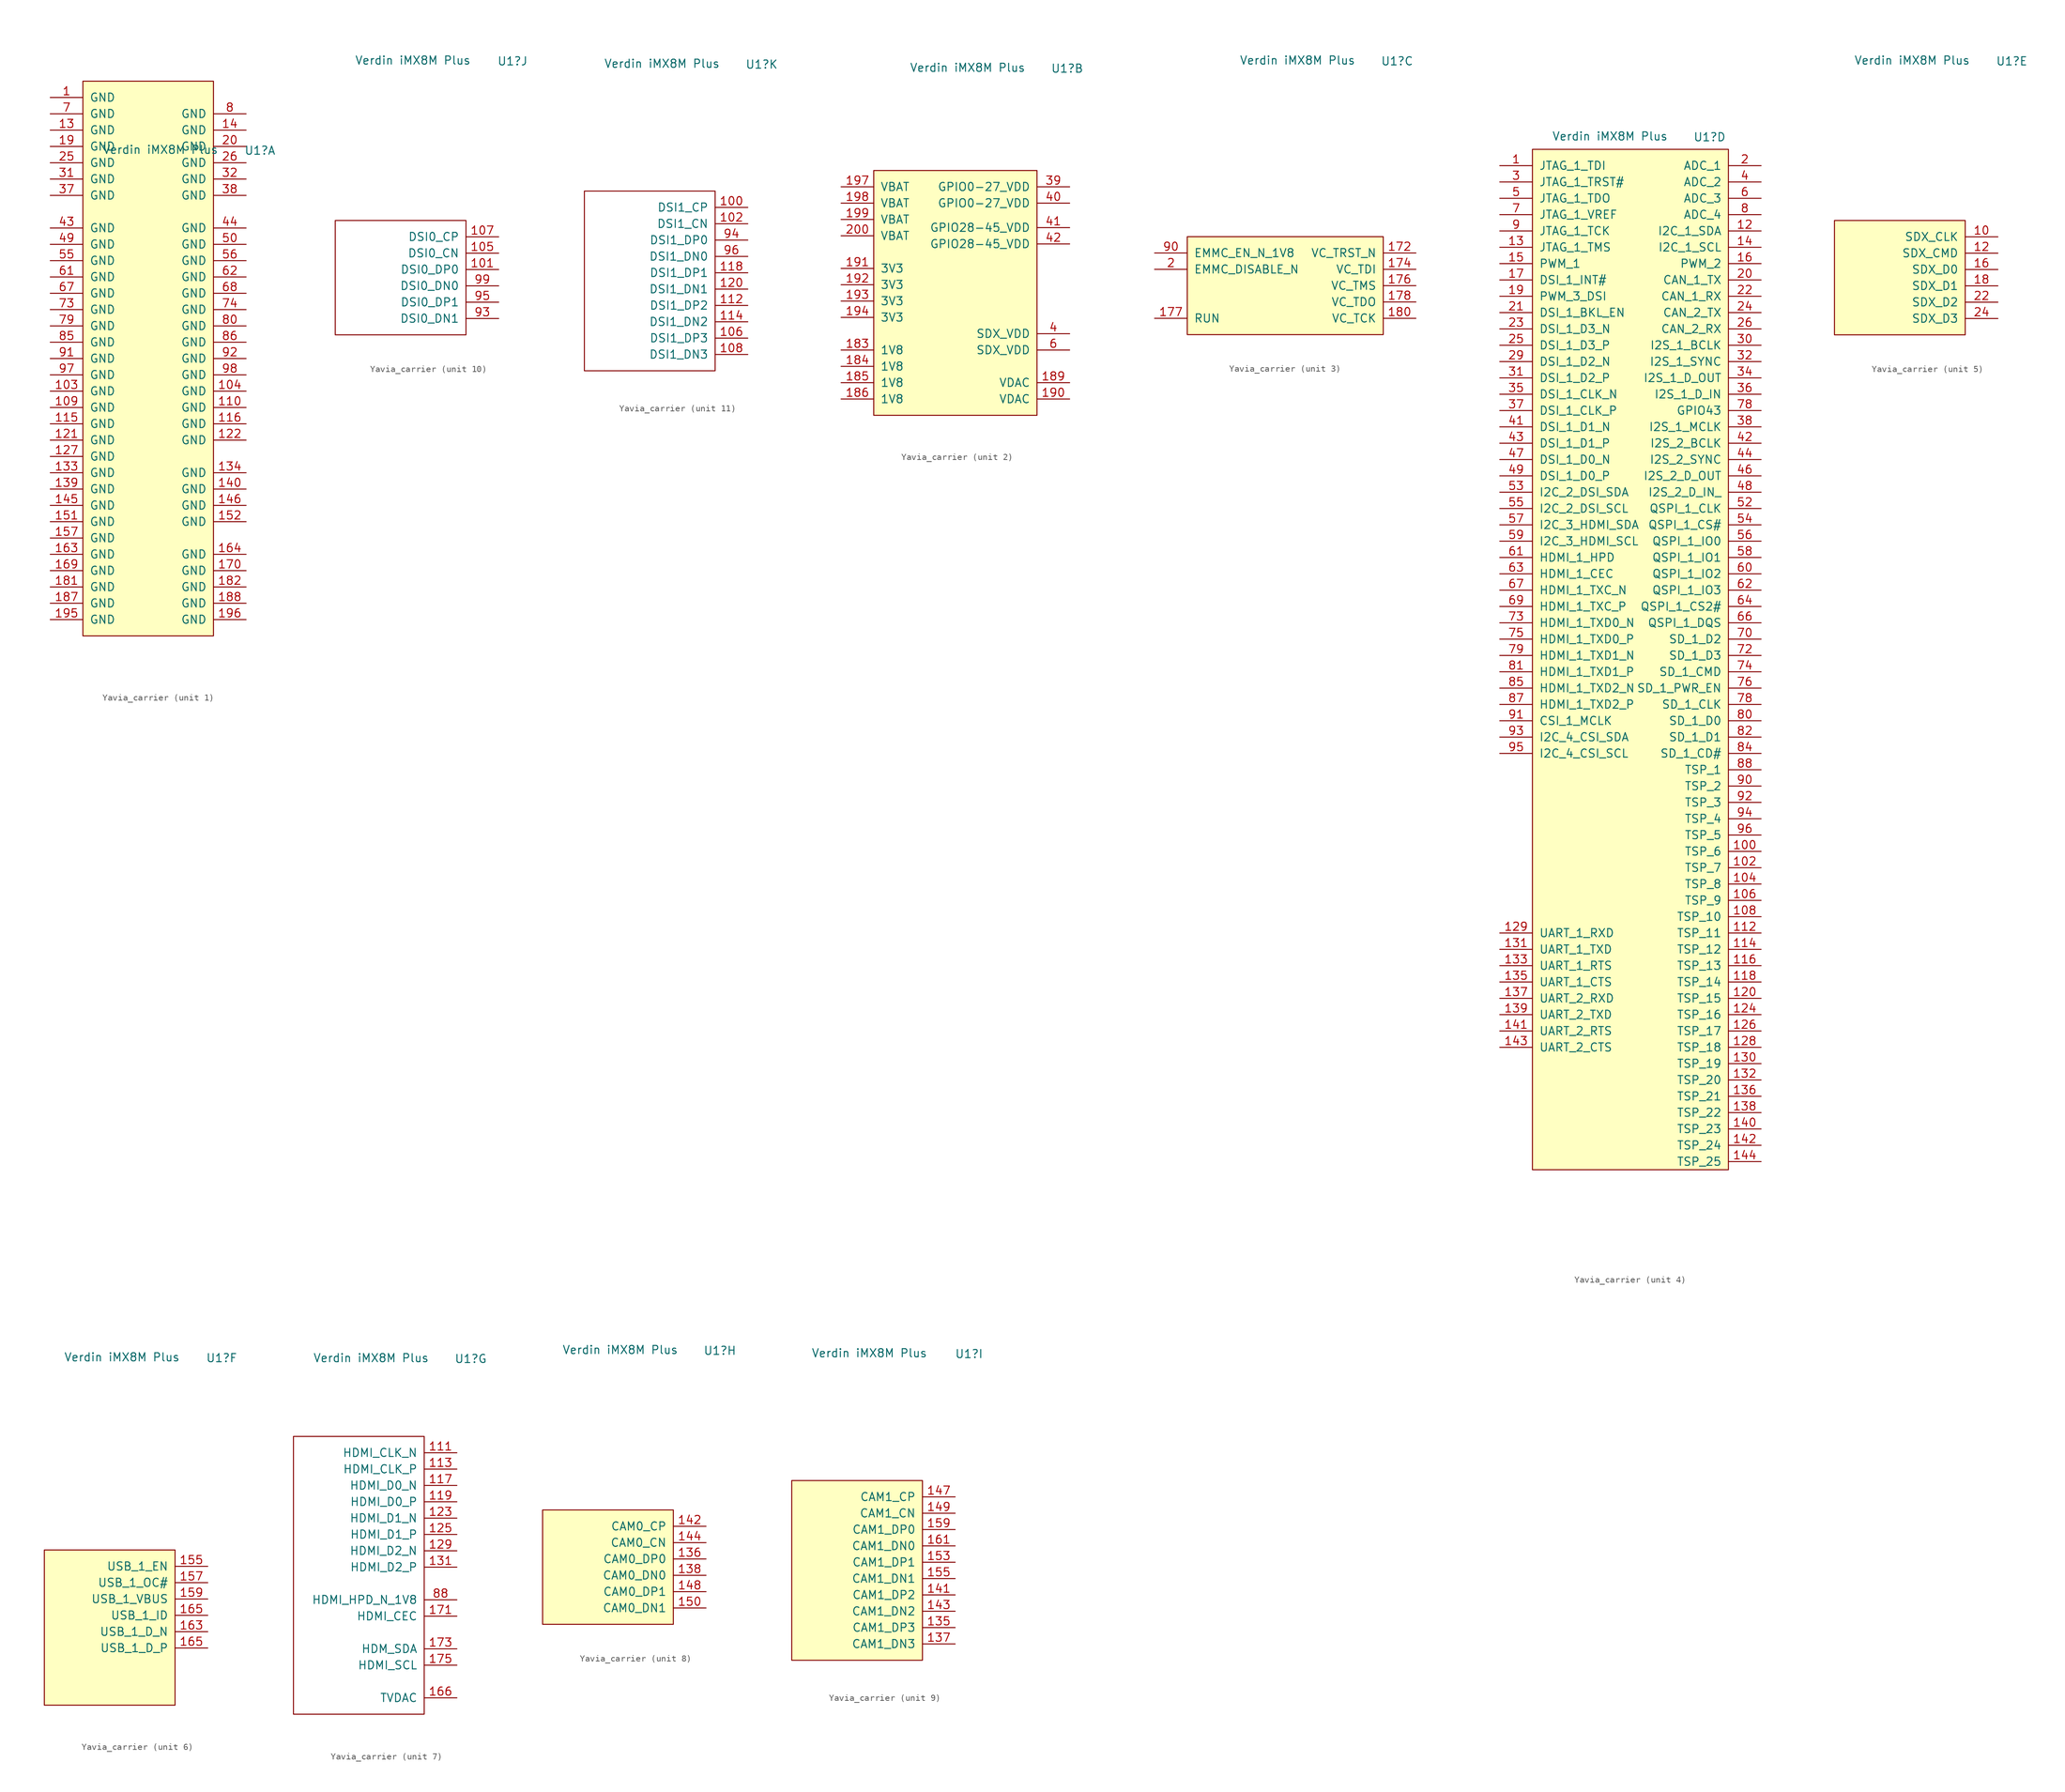
<source format=kicad_sym>
(kicad_symbol_lib
  (version 20220914)
  (generator kicad_symbol_editor)
  (symbol "Yavia_carrier"
    (pin_names
      (offset 1.016))
    (property "Reference" "U1"
      (at 17.399 34.925 0)
      (effects (font (size 1.27 1.27))))
    (property "Value" "Verdin iMX8M Plus"
      (at 1.905 35.052 0)
      (effects (font (size 1.27 1.27))))
    (property "ki_locked" ""
      (at 0 0 0)
      (effects (font (size 1.27 1.27))))
    (symbol "Yavia_carrier_1_1"
      (rectangle (start -10.16 45.72) (end 10.16 -40.64) (stroke (width 0) (type default)) (fill (type background)))
      (pin power_in line (at -15.24 43.18 0) (length 5.08) (name "GND" (effects (font (size 1.27 1.27)))) (number "1" (effects (font (size 1.27 1.27)))))
      (pin power_in line (at -15.24 -2.54 0) (length 5.08) (name "GND" (effects (font (size 1.27 1.27)))) (number "103" (effects (font (size 1.27 1.27)))))
      (pin power_in line (at 15.24 -2.54 180) (length 5.08) (name "GND" (effects (font (size 1.27 1.27)))) (number "104" (effects (font (size 1.27 1.27)))))
      (pin power_in line (at -15.24 -5.08 0) (length 5.08) (name "GND" (effects (font (size 1.27 1.27)))) (number "109" (effects (font (size 1.27 1.27)))))
      (pin power_in line (at 15.24 -5.08 180) (length 5.08) (name "GND" (effects (font (size 1.27 1.27)))) (number "110" (effects (font (size 1.27 1.27)))))
      (pin power_in line (at -15.24 -7.62 0) (length 5.08) (name "GND" (effects (font (size 1.27 1.27)))) (number "115" (effects (font (size 1.27 1.27)))))
      (pin power_in line (at 15.24 -7.62 180) (length 5.08) (name "GND" (effects (font (size 1.27 1.27)))) (number "116" (effects (font (size 1.27 1.27)))))
      (pin power_in line (at -15.24 -10.16 0) (length 5.08) (name "GND" (effects (font (size 1.27 1.27)))) (number "121" (effects (font (size 1.27 1.27)))))
      (pin power_in line (at 15.24 -10.16 180) (length 5.08) (name "GND" (effects (font (size 1.27 1.27)))) (number "122" (effects (font (size 1.27 1.27)))))
      (pin power_in line (at -15.24 -12.7 0) (length 5.08) (name "GND" (effects (font (size 1.27 1.27)))) (number "127" (effects (font (size 1.27 1.27)))))
      (pin power_in line (at -15.24 38.1 0) (length 5.08) (name "GND" (effects (font (size 1.27 1.27)))) (number "13" (effects (font (size 1.27 1.27)))))
      (pin power_in line (at -15.24 -15.24 0) (length 5.08) (name "GND" (effects (font (size 1.27 1.27)))) (number "133" (effects (font (size 1.27 1.27)))))
      (pin power_in line (at 15.24 -15.24 180) (length 5.08) (name "GND" (effects (font (size 1.27 1.27)))) (number "134" (effects (font (size 1.27 1.27)))))
      (pin power_in line (at -15.24 -17.78 0) (length 5.08) (name "GND" (effects (font (size 1.27 1.27)))) (number "139" (effects (font (size 1.27 1.27)))))
      (pin power_in line (at 15.24 38.1 180) (length 5.08) (name "GND" (effects (font (size 1.27 1.27)))) (number "14" (effects (font (size 1.27 1.27)))))
      (pin power_in line (at 15.24 -17.78 180) (length 5.08) (name "GND" (effects (font (size 1.27 1.27)))) (number "140" (effects (font (size 1.27 1.27)))))
      (pin power_in line (at -15.24 -20.32 0) (length 5.08) (name "GND" (effects (font (size 1.27 1.27)))) (number "145" (effects (font (size 1.27 1.27)))))
      (pin power_in line (at 15.24 -20.32 180) (length 5.08) (name "GND" (effects (font (size 1.27 1.27)))) (number "146" (effects (font (size 1.27 1.27)))))
      (pin power_in line (at -15.24 -22.86 0) (length 5.08) (name "GND" (effects (font (size 1.27 1.27)))) (number "151" (effects (font (size 1.27 1.27)))))
      (pin power_in line (at 15.24 -22.86 180) (length 5.08) (name "GND" (effects (font (size 1.27 1.27)))) (number "152" (effects (font (size 1.27 1.27)))))
      (pin power_in line (at -15.24 -25.4 0) (length 5.08) (name "GND" (effects (font (size 1.27 1.27)))) (number "157" (effects (font (size 1.27 1.27)))))
      (pin power_in line (at -15.24 -27.94 0) (length 5.08) (name "GND" (effects (font (size 1.27 1.27)))) (number "163" (effects (font (size 1.27 1.27)))))
      (pin power_in line (at 15.24 -27.94 180) (length 5.08) (name "GND" (effects (font (size 1.27 1.27)))) (number "164" (effects (font (size 1.27 1.27)))))
      (pin power_in line (at -15.24 -30.48 0) (length 5.08) (name "GND" (effects (font (size 1.27 1.27)))) (number "169" (effects (font (size 1.27 1.27)))))
      (pin power_in line (at 15.24 -30.48 180) (length 5.08) (name "GND" (effects (font (size 1.27 1.27)))) (number "170" (effects (font (size 1.27 1.27)))))
      (pin power_in line (at -15.24 -33.02 0) (length 5.08) (name "GND" (effects (font (size 1.27 1.27)))) (number "181" (effects (font (size 1.27 1.27)))))
      (pin power_in line (at 15.24 -33.02 180) (length 5.08) (name "GND" (effects (font (size 1.27 1.27)))) (number "182" (effects (font (size 1.27 1.27)))))
      (pin power_in line (at -15.24 -35.56 0) (length 5.08) (name "GND" (effects (font (size 1.27 1.27)))) (number "187" (effects (font (size 1.27 1.27)))))
      (pin power_in line (at 15.24 -35.56 180) (length 5.08) (name "GND" (effects (font (size 1.27 1.27)))) (number "188" (effects (font (size 1.27 1.27)))))
      (pin power_in line (at -15.24 35.56 0) (length 5.08) (name "GND" (effects (font (size 1.27 1.27)))) (number "19" (effects (font (size 1.27 1.27)))))
      (pin power_in line (at -15.24 -38.1 0) (length 5.08) (name "GND" (effects (font (size 1.27 1.27)))) (number "195" (effects (font (size 1.27 1.27)))))
      (pin power_in line (at 15.24 -38.1 180) (length 5.08) (name "GND" (effects (font (size 1.27 1.27)))) (number "196" (effects (font (size 1.27 1.27)))))
      (pin power_in line (at 15.24 35.56 180) (length 5.08) (name "GND" (effects (font (size 1.27 1.27)))) (number "20" (effects (font (size 1.27 1.27)))))
      (pin power_in line (at -15.24 33.02 0) (length 5.08) (name "GND" (effects (font (size 1.27 1.27)))) (number "25" (effects (font (size 1.27 1.27)))))
      (pin power_in line (at 15.24 33.02 180) (length 5.08) (name "GND" (effects (font (size 1.27 1.27)))) (number "26" (effects (font (size 1.27 1.27)))))
      (pin power_in line (at -15.24 30.48 0) (length 5.08) (name "GND" (effects (font (size 1.27 1.27)))) (number "31" (effects (font (size 1.27 1.27)))))
      (pin power_in line (at 15.24 30.48 180) (length 5.08) (name "GND" (effects (font (size 1.27 1.27)))) (number "32" (effects (font (size 1.27 1.27)))))
      (pin power_in line (at -15.24 27.94 0) (length 5.08) (name "GND" (effects (font (size 1.27 1.27)))) (number "37" (effects (font (size 1.27 1.27)))))
      (pin power_in line (at 15.24 27.94 180) (length 5.08) (name "GND" (effects (font (size 1.27 1.27)))) (number "38" (effects (font (size 1.27 1.27)))))
      (pin power_in line (at -15.24 22.86 0) (length 5.08) (name "GND" (effects (font (size 1.27 1.27)))) (number "43" (effects (font (size 1.27 1.27)))))
      (pin power_in line (at 15.24 22.86 180) (length 5.08) (name "GND" (effects (font (size 1.27 1.27)))) (number "44" (effects (font (size 1.27 1.27)))))
      (pin power_in line (at -15.24 20.32 0) (length 5.08) (name "GND" (effects (font (size 1.27 1.27)))) (number "49" (effects (font (size 1.27 1.27)))))
      (pin power_in line (at 15.24 20.32 180) (length 5.08) (name "GND" (effects (font (size 1.27 1.27)))) (number "50" (effects (font (size 1.27 1.27)))))
      (pin power_in line (at -15.24 17.78 0) (length 5.08) (name "GND" (effects (font (size 1.27 1.27)))) (number "55" (effects (font (size 1.27 1.27)))))
      (pin power_in line (at 15.24 17.78 180) (length 5.08) (name "GND" (effects (font (size 1.27 1.27)))) (number "56" (effects (font (size 1.27 1.27)))))
      (pin power_in line (at -15.24 15.24 0) (length 5.08) (name "GND" (effects (font (size 1.27 1.27)))) (number "61" (effects (font (size 1.27 1.27)))))
      (pin power_in line (at 15.24 15.24 180) (length 5.08) (name "GND" (effects (font (size 1.27 1.27)))) (number "62" (effects (font (size 1.27 1.27)))))
      (pin power_in line (at -15.24 12.7 0) (length 5.08) (name "GND" (effects (font (size 1.27 1.27)))) (number "67" (effects (font (size 1.27 1.27)))))
      (pin power_in line (at 15.24 12.7 180) (length 5.08) (name "GND" (effects (font (size 1.27 1.27)))) (number "68" (effects (font (size 1.27 1.27)))))
      (pin power_in line (at -15.24 40.64 0) (length 5.08) (name "GND" (effects (font (size 1.27 1.27)))) (number "7" (effects (font (size 1.27 1.27)))))
      (pin power_in line (at -15.24 10.16 0) (length 5.08) (name "GND" (effects (font (size 1.27 1.27)))) (number "73" (effects (font (size 1.27 1.27)))))
      (pin power_in line (at 15.24 10.16 180) (length 5.08) (name "GND" (effects (font (size 1.27 1.27)))) (number "74" (effects (font (size 1.27 1.27)))))
      (pin power_in line (at -15.24 7.62 0) (length 5.08) (name "GND" (effects (font (size 1.27 1.27)))) (number "79" (effects (font (size 1.27 1.27)))))
      (pin power_in line (at 15.24 40.64 180) (length 5.08) (name "GND" (effects (font (size 1.27 1.27)))) (number "8" (effects (font (size 1.27 1.27)))))
      (pin power_in line (at 15.24 7.62 180) (length 5.08) (name "GND" (effects (font (size 1.27 1.27)))) (number "80" (effects (font (size 1.27 1.27)))))
      (pin power_in line (at -15.24 5.08 0) (length 5.08) (name "GND" (effects (font (size 1.27 1.27)))) (number "85" (effects (font (size 1.27 1.27)))))
      (pin power_in line (at 15.24 5.08 180) (length 5.08) (name "GND" (effects (font (size 1.27 1.27)))) (number "86" (effects (font (size 1.27 1.27)))))
      (pin power_in line (at -15.24 2.54 0) (length 5.08) (name "GND" (effects (font (size 1.27 1.27)))) (number "91" (effects (font (size 1.27 1.27)))))
      (pin power_in line (at 15.24 2.54 180) (length 5.08) (name "GND" (effects (font (size 1.27 1.27)))) (number "92" (effects (font (size 1.27 1.27)))))
      (pin power_in line (at -15.24 0 0) (length 5.08) (name "GND" (effects (font (size 1.27 1.27)))) (number "97" (effects (font (size 1.27 1.27)))))
      (pin power_in line (at 15.24 0 180) (length 5.08) (name "GND" (effects (font (size 1.27 1.27)))) (number "98" (effects (font (size 1.27 1.27))))))
    (symbol "Yavia_carrier_2_1"
      (rectangle (start -12.7 19.05) (end 12.7 -19.05) (stroke (width 0) (type default)) (fill (type background)))
      (pin power_in line (at -17.78 -8.89 0) (length 5.08) (name "1V8" (effects (font (size 1.27 1.27)))) (number "183" (effects (font (size 1.27 1.27)))))
      (pin power_in line (at -17.78 -11.43 0) (length 5.08) (name "1V8" (effects (font (size 1.27 1.27)))) (number "184" (effects (font (size 1.27 1.27)))))
      (pin power_in line (at -17.78 -13.97 0) (length 5.08) (name "1V8" (effects (font (size 1.27 1.27)))) (number "185" (effects (font (size 1.27 1.27)))))
      (pin power_in line (at -17.78 -16.51 0) (length 5.08) (name "1V8" (effects (font (size 1.27 1.27)))) (number "186" (effects (font (size 1.27 1.27)))))
      (pin power_in line (at 17.78 -13.97 180) (length 5.08) (name "VDAC" (effects (font (size 1.27 1.27)))) (number "189" (effects (font (size 1.27 1.27)))))
      (pin power_in line (at 17.78 -16.51 180) (length 5.08) (name "VDAC" (effects (font (size 1.27 1.27)))) (number "190" (effects (font (size 1.27 1.27)))))
      (pin power_in line (at -17.78 3.81 0) (length 5.08) (name "3V3" (effects (font (size 1.27 1.27)))) (number "191" (effects (font (size 1.27 1.27)))))
      (pin power_in line (at -17.78 1.27 0) (length 5.08) (name "3V3" (effects (font (size 1.27 1.27)))) (number "192" (effects (font (size 1.27 1.27)))))
      (pin power_in line (at -17.78 -1.27 0) (length 5.08) (name "3V3" (effects (font (size 1.27 1.27)))) (number "193" (effects (font (size 1.27 1.27)))))
      (pin power_in line (at -17.78 -3.81 0) (length 5.08) (name "3V3" (effects (font (size 1.27 1.27)))) (number "194" (effects (font (size 1.27 1.27)))))
      (pin power_in line (at -17.78 16.51 0) (length 5.08) (name "VBAT" (effects (font (size 1.27 1.27)))) (number "197" (effects (font (size 1.27 1.27)))))
      (pin power_in line (at -17.78 13.97 0) (length 5.08) (name "VBAT" (effects (font (size 1.27 1.27)))) (number "198" (effects (font (size 1.27 1.27)))))
      (pin power_in line (at -17.78 11.43 0) (length 5.08) (name "VBAT" (effects (font (size 1.27 1.27)))) (number "199" (effects (font (size 1.27 1.27)))))
      (pin power_in line (at -17.78 8.89 0) (length 5.08) (name "VBAT" (effects (font (size 1.27 1.27)))) (number "200" (effects (font (size 1.27 1.27)))))
      (pin power_in line (at 17.78 16.51 180) (length 5.08) (name "GPIO0-27_VDD" (effects (font (size 1.27 1.27)))) (number "39" (effects (font (size 1.27 1.27)))))
      (pin power_in line (at 17.78 -6.35 180) (length 5.08) (name "SDX_VDD" (effects (font (size 1.27 1.27)))) (number "4" (effects (font (size 1.27 1.27)))))
      (pin power_in line (at 17.78 13.97 180) (length 5.08) (name "GPIO0-27_VDD" (effects (font (size 1.27 1.27)))) (number "40" (effects (font (size 1.27 1.27)))))
      (pin power_in line (at 17.78 10.16 180) (length 5.08) (name "GPIO28-45_VDD" (effects (font (size 1.27 1.27)))) (number "41" (effects (font (size 1.27 1.27)))))
      (pin power_in line (at 17.78 7.62 180) (length 5.08) (name "GPIO28-45_VDD" (effects (font (size 1.27 1.27)))) (number "42" (effects (font (size 1.27 1.27)))))
      (pin power_in line (at 17.78 -8.89 180) (length 5.08) (name "SDX_VDD" (effects (font (size 1.27 1.27)))) (number "6" (effects (font (size 1.27 1.27))))))
    (symbol "Yavia_carrier_3_1"
      (rectangle (start -15.24 7.62) (end 15.24 -7.62) (stroke (width 0) (type default)) (fill (type background)))
      (pin input line (at 20.32 5.08 180) (length 5.08) (name "VC_TRST_N" (effects (font (size 1.27 1.27)))) (number "172" (effects (font (size 1.27 1.27)))))
      (pin input line (at 20.32 2.54 180) (length 5.08) (name "VC_TDI" (effects (font (size 1.27 1.27)))) (number "174" (effects (font (size 1.27 1.27)))))
      (pin input line (at 20.32 0 180) (length 5.08) (name "VC_TMS" (effects (font (size 1.27 1.27)))) (number "176" (effects (font (size 1.27 1.27)))))
      (pin input line (at -20.32 -5.08 0) (length 5.08) (name "RUN" (effects (font (size 1.27 1.27)))) (number "177" (effects (font (size 1.27 1.27)))))
      (pin output line (at 20.32 -2.54 180) (length 5.08) (name "VC_TDO" (effects (font (size 1.27 1.27)))) (number "178" (effects (font (size 1.27 1.27)))))
      (pin input line (at 20.32 -5.08 180) (length 5.08) (name "VC_TCK" (effects (font (size 1.27 1.27)))) (number "180" (effects (font (size 1.27 1.27)))))
      (pin input line (at -20.32 2.54 0) (length 5.08) (name "EMMC_DISABLE_N" (effects (font (size 1.27 1.27)))) (number "2" (effects (font (size 1.27 1.27)))))
      (pin output line (at -20.32 5.08 0) (length 5.08) (name "EMMC_EN_N_1V8" (effects (font (size 1.27 1.27)))) (number "90" (effects (font (size 1.27 1.27))))))
    (symbol "Yavia_carrier_4_1"
      (rectangle (start -10.16 33.02) (end 20.32 -125.73) (stroke (width 0) (type default)) (fill (type background)))
      (pin bidirectional line (at -15.24 30.48 0) (length 5.08) (name "JTAG_1_TDI" (effects (font (size 1.27 1.27)))) (number "1" (effects (font (size 1.27 1.27)))))
      (pin bidirectional line (at 25.4 -76.2 180) (length 5.08) (name "TSP_6" (effects (font (size 1.27 1.27)))) (number "100" (effects (font (size 1.27 1.27)))))
      (pin bidirectional line (at 25.4 -78.74 180) (length 5.08) (name "TSP_7" (effects (font (size 1.27 1.27)))) (number "102" (effects (font (size 1.27 1.27)))))
      (pin bidirectional line (at 25.4 -81.28 180) (length 5.08) (name "TSP_8" (effects (font (size 1.27 1.27)))) (number "104" (effects (font (size 1.27 1.27)))))
      (pin bidirectional line (at 25.4 -83.82 180) (length 5.08) (name "TSP_9" (effects (font (size 1.27 1.27)))) (number "106" (effects (font (size 1.27 1.27)))))
      (pin bidirectional line (at 25.4 -86.36 180) (length 5.08) (name "TSP_10" (effects (font (size 1.27 1.27)))) (number "108" (effects (font (size 1.27 1.27)))))
      (pin bidirectional line (at 25.4 -88.9 180) (length 5.08) (name "TSP_11" (effects (font (size 1.27 1.27)))) (number "112" (effects (font (size 1.27 1.27)))))
      (pin bidirectional line (at 25.4 -91.44 180) (length 5.08) (name "TSP_12" (effects (font (size 1.27 1.27)))) (number "114" (effects (font (size 1.27 1.27)))))
      (pin bidirectional line (at 25.4 -93.98 180) (length 5.08) (name "TSP_13" (effects (font (size 1.27 1.27)))) (number "116" (effects (font (size 1.27 1.27)))))
      (pin bidirectional line (at 25.4 -96.52 180) (length 5.08) (name "TSP_14" (effects (font (size 1.27 1.27)))) (number "118" (effects (font (size 1.27 1.27)))))
      (pin bidirectional line (at 25.4 20.32 180) (length 5.08) (name "I2C_1_SDA" (effects (font (size 1.27 1.27)))) (number "12" (effects (font (size 1.27 1.27)))))
      (pin bidirectional line (at 25.4 -99.06 180) (length 5.08) (name "TSP_15" (effects (font (size 1.27 1.27)))) (number "120" (effects (font (size 1.27 1.27)))))
      (pin bidirectional line (at 25.4 -101.6 180) (length 5.08) (name "TSP_16" (effects (font (size 1.27 1.27)))) (number "124" (effects (font (size 1.27 1.27)))))
      (pin bidirectional line (at 25.4 -104.14 180) (length 5.08) (name "TSP_17" (effects (font (size 1.27 1.27)))) (number "126" (effects (font (size 1.27 1.27)))))
      (pin bidirectional line (at 25.4 -106.68 180) (length 5.08) (name "TSP_18" (effects (font (size 1.27 1.27)))) (number "128" (effects (font (size 1.27 1.27)))))
      (pin bidirectional line (at -15.24 -88.9 0) (length 5.08) (name "UART_1_RXD" (effects (font (size 1.27 1.27)))) (number "129" (effects (font (size 1.27 1.27)))))
      (pin bidirectional line (at -15.24 17.78 0) (length 5.08) (name "JTAG_1_TMS" (effects (font (size 1.27 1.27)))) (number "13" (effects (font (size 1.27 1.27)))))
      (pin bidirectional line (at 25.4 -109.22 180) (length 5.08) (name "TSP_19" (effects (font (size 1.27 1.27)))) (number "130" (effects (font (size 1.27 1.27)))))
      (pin bidirectional line (at -15.24 -91.44 0) (length 5.08) (name "UART_1_TXD" (effects (font (size 1.27 1.27)))) (number "131" (effects (font (size 1.27 1.27)))))
      (pin bidirectional line (at 25.4 -111.76 180) (length 5.08) (name "TSP_20" (effects (font (size 1.27 1.27)))) (number "132" (effects (font (size 1.27 1.27)))))
      (pin bidirectional line (at -15.24 -93.98 0) (length 5.08) (name "UART_1_RTS" (effects (font (size 1.27 1.27)))) (number "133" (effects (font (size 1.27 1.27)))))
      (pin bidirectional line (at -15.24 -96.52 0) (length 5.08) (name "UART_1_CTS" (effects (font (size 1.27 1.27)))) (number "135" (effects (font (size 1.27 1.27)))))
      (pin bidirectional line (at 25.4 -114.3 180) (length 5.08) (name "TSP_21" (effects (font (size 1.27 1.27)))) (number "136" (effects (font (size 1.27 1.27)))))
      (pin bidirectional line (at -15.24 -99.06 0) (length 5.08) (name "UART_2_RXD" (effects (font (size 1.27 1.27)))) (number "137" (effects (font (size 1.27 1.27)))))
      (pin bidirectional line (at 25.4 -116.84 180) (length 5.08) (name "TSP_22" (effects (font (size 1.27 1.27)))) (number "138" (effects (font (size 1.27 1.27)))))
      (pin bidirectional line (at -15.24 -101.6 0) (length 5.08) (name "UART_2_TXD" (effects (font (size 1.27 1.27)))) (number "139" (effects (font (size 1.27 1.27)))))
      (pin bidirectional line (at 25.4 17.78 180) (length 5.08) (name "I2C_1_SCL" (effects (font (size 1.27 1.27)))) (number "14" (effects (font (size 1.27 1.27)))))
      (pin bidirectional line (at 25.4 -119.38 180) (length 5.08) (name "TSP_23" (effects (font (size 1.27 1.27)))) (number "140" (effects (font (size 1.27 1.27)))))
      (pin bidirectional line (at -15.24 -104.14 0) (length 5.08) (name "UART_2_RTS" (effects (font (size 1.27 1.27)))) (number "141" (effects (font (size 1.27 1.27)))))
      (pin bidirectional line (at 25.4 -121.92 180) (length 5.08) (name "TSP_24" (effects (font (size 1.27 1.27)))) (number "142" (effects (font (size 1.27 1.27)))))
      (pin bidirectional line (at -15.24 -106.68 0) (length 5.08) (name "UART_2_CTS" (effects (font (size 1.27 1.27)))) (number "143" (effects (font (size 1.27 1.27)))))
      (pin bidirectional line (at 25.4 -124.46 180) (length 5.08) (name "TSP_25" (effects (font (size 1.27 1.27)))) (number "144" (effects (font (size 1.27 1.27)))))
      (pin bidirectional line (at -15.24 15.24 0) (length 5.08) (name "PWM_1" (effects (font (size 1.27 1.27)))) (number "15" (effects (font (size 1.27 1.27)))))
      (pin bidirectional line (at 25.4 15.24 180) (length 5.08) (name "PWM_2" (effects (font (size 1.27 1.27)))) (number "16" (effects (font (size 1.27 1.27)))))
      (pin bidirectional line (at -15.24 12.7 0) (length 5.08) (name "DSI_1_INT#" (effects (font (size 1.27 1.27)))) (number "17" (effects (font (size 1.27 1.27)))))
      (pin bidirectional line (at -15.24 10.16 0) (length 5.08) (name "PWM_3_DSI" (effects (font (size 1.27 1.27)))) (number "19" (effects (font (size 1.27 1.27)))))
      (pin bidirectional line (at 25.4 30.48 180) (length 5.08) (name "ADC_1" (effects (font (size 1.27 1.27)))) (number "2" (effects (font (size 1.27 1.27)))))
      (pin bidirectional line (at 25.4 12.7 180) (length 5.08) (name "CAN_1_TX" (effects (font (size 1.27 1.27)))) (number "20" (effects (font (size 1.27 1.27)))))
      (pin bidirectional line (at -15.24 7.62 0) (length 5.08) (name "DSI_1_BKL_EN" (effects (font (size 1.27 1.27)))) (number "21" (effects (font (size 1.27 1.27)))))
      (pin bidirectional line (at 25.4 10.16 180) (length 5.08) (name "CAN_1_RX" (effects (font (size 1.27 1.27)))) (number "22" (effects (font (size 1.27 1.27)))))
      (pin bidirectional line (at -15.24 5.08 0) (length 5.08) (name "DSI_1_D3_N" (effects (font (size 1.27 1.27)))) (number "23" (effects (font (size 1.27 1.27)))))
      (pin bidirectional line (at 25.4 7.62 180) (length 5.08) (name "CAN_2_TX" (effects (font (size 1.27 1.27)))) (number "24" (effects (font (size 1.27 1.27)))))
      (pin bidirectional line (at -15.24 2.54 0) (length 5.08) (name "DSI_1_D3_P" (effects (font (size 1.27 1.27)))) (number "25" (effects (font (size 1.27 1.27)))))
      (pin bidirectional line (at 25.4 5.08 180) (length 5.08) (name "CAN_2_RX" (effects (font (size 1.27 1.27)))) (number "26" (effects (font (size 1.27 1.27)))))
      (pin bidirectional line (at -15.24 0 0) (length 5.08) (name "DSI_1_D2_N" (effects (font (size 1.27 1.27)))) (number "29" (effects (font (size 1.27 1.27)))))
      (pin bidirectional line (at -15.24 27.94 0) (length 5.08) (name "JTAG_1_TRST#" (effects (font (size 1.27 1.27)))) (number "3" (effects (font (size 1.27 1.27)))))
      (pin bidirectional line (at 25.4 2.54 180) (length 5.08) (name "I2S_1_BCLK" (effects (font (size 1.27 1.27)))) (number "30" (effects (font (size 1.27 1.27)))))
      (pin bidirectional line (at -15.24 -2.54 0) (length 5.08) (name "DSI_1_D2_P" (effects (font (size 1.27 1.27)))) (number "31" (effects (font (size 1.27 1.27)))))
      (pin bidirectional line (at 25.4 0 180) (length 5.08) (name "I2S_1_SYNC" (effects (font (size 1.27 1.27)))) (number "32" (effects (font (size 1.27 1.27)))))
      (pin bidirectional line (at 25.4 -2.54 180) (length 5.08) (name "I2S_1_D_OUT" (effects (font (size 1.27 1.27)))) (number "34" (effects (font (size 1.27 1.27)))))
      (pin bidirectional line (at -15.24 -5.08 0) (length 5.08) (name "DSI_1_CLK_N" (effects (font (size 1.27 1.27)))) (number "35" (effects (font (size 1.27 1.27)))))
      (pin bidirectional line (at 25.4 -5.08 180) (length 5.08) (name "I2S_1_D_IN" (effects (font (size 1.27 1.27)))) (number "36" (effects (font (size 1.27 1.27)))))
      (pin bidirectional line (at -15.24 -7.62 0) (length 5.08) (name "DSI_1_CLK_P" (effects (font (size 1.27 1.27)))) (number "37" (effects (font (size 1.27 1.27)))))
      (pin bidirectional line (at 25.4 -10.16 180) (length 5.08) (name "I2S_1_MCLK" (effects (font (size 1.27 1.27)))) (number "38" (effects (font (size 1.27 1.27)))))
      (pin bidirectional line (at 25.4 27.94 180) (length 5.08) (name "ADC_2" (effects (font (size 1.27 1.27)))) (number "4" (effects (font (size 1.27 1.27)))))
      (pin bidirectional line (at -15.24 -10.16 0) (length 5.08) (name "DSI_1_D1_N" (effects (font (size 1.27 1.27)))) (number "41" (effects (font (size 1.27 1.27)))))
      (pin bidirectional line (at 25.4 -12.7 180) (length 5.08) (name "I2S_2_BCLK" (effects (font (size 1.27 1.27)))) (number "42" (effects (font (size 1.27 1.27)))))
      (pin bidirectional line (at -15.24 -12.7 0) (length 5.08) (name "DSI_1_D1_P" (effects (font (size 1.27 1.27)))) (number "43" (effects (font (size 1.27 1.27)))))
      (pin bidirectional line (at 25.4 -15.24 180) (length 5.08) (name "I2S_2_SYNC" (effects (font (size 1.27 1.27)))) (number "44" (effects (font (size 1.27 1.27)))))
      (pin bidirectional line (at 25.4 -17.78 180) (length 5.08) (name "I2S_2_D_OUT" (effects (font (size 1.27 1.27)))) (number "46" (effects (font (size 1.27 1.27)))))
      (pin bidirectional line (at -15.24 -15.24 0) (length 5.08) (name "DSI_1_D0_N" (effects (font (size 1.27 1.27)))) (number "47" (effects (font (size 1.27 1.27)))))
      (pin bidirectional line (at 25.4 -20.32 180) (length 5.08) (name "I2S_2_D_IN_" (effects (font (size 1.27 1.27)))) (number "48" (effects (font (size 1.27 1.27)))))
      (pin bidirectional line (at -15.24 -17.78 0) (length 5.08) (name "DSI_1_D0_P" (effects (font (size 1.27 1.27)))) (number "49" (effects (font (size 1.27 1.27)))))
      (pin bidirectional line (at -15.24 25.4 0) (length 5.08) (name "JTAG_1_TDO" (effects (font (size 1.27 1.27)))) (number "5" (effects (font (size 1.27 1.27)))))
      (pin bidirectional line (at 25.4 -22.86 180) (length 5.08) (name "QSPI_1_CLK" (effects (font (size 1.27 1.27)))) (number "52" (effects (font (size 1.27 1.27)))))
      (pin bidirectional line (at -15.24 -20.32 0) (length 5.08) (name "I2C_2_DSI_SDA" (effects (font (size 1.27 1.27)))) (number "53" (effects (font (size 1.27 1.27)))))
      (pin bidirectional line (at 25.4 -25.4 180) (length 5.08) (name "QSPI_1_CS#" (effects (font (size 1.27 1.27)))) (number "54" (effects (font (size 1.27 1.27)))))
      (pin bidirectional line (at -15.24 -22.86 0) (length 5.08) (name "I2C_2_DSI_SCL" (effects (font (size 1.27 1.27)))) (number "55" (effects (font (size 1.27 1.27)))))
      (pin bidirectional line (at 25.4 -27.94 180) (length 5.08) (name "QSPI_1_IO0" (effects (font (size 1.27 1.27)))) (number "56" (effects (font (size 1.27 1.27)))))
      (pin bidirectional line (at -15.24 -25.4 0) (length 5.08) (name "I2C_3_HDMI_SDA" (effects (font (size 1.27 1.27)))) (number "57" (effects (font (size 1.27 1.27)))))
      (pin bidirectional line (at 25.4 -30.48 180) (length 5.08) (name "QSPI_1_IO1" (effects (font (size 1.27 1.27)))) (number "58" (effects (font (size 1.27 1.27)))))
      (pin bidirectional line (at -15.24 -27.94 0) (length 5.08) (name "I2C_3_HDMI_SCL" (effects (font (size 1.27 1.27)))) (number "59" (effects (font (size 1.27 1.27)))))
      (pin bidirectional line (at 25.4 25.4 180) (length 5.08) (name "ADC_3" (effects (font (size 1.27 1.27)))) (number "6" (effects (font (size 1.27 1.27)))))
      (pin bidirectional line (at 25.4 -33.02 180) (length 5.08) (name "QSPI_1_IO2" (effects (font (size 1.27 1.27)))) (number "60" (effects (font (size 1.27 1.27)))))
      (pin bidirectional line (at -15.24 -30.48 0) (length 5.08) (name "HDMI_1_HPD" (effects (font (size 1.27 1.27)))) (number "61" (effects (font (size 1.27 1.27)))))
      (pin bidirectional line (at 25.4 -35.56 180) (length 5.08) (name "QSPI_1_IO3" (effects (font (size 1.27 1.27)))) (number "62" (effects (font (size 1.27 1.27)))))
      (pin bidirectional line (at -15.24 -33.02 0) (length 5.08) (name "HDMI_1_CEC" (effects (font (size 1.27 1.27)))) (number "63" (effects (font (size 1.27 1.27)))))
      (pin bidirectional line (at 25.4 -38.1 180) (length 5.08) (name "QSPI_1_CS2#" (effects (font (size 1.27 1.27)))) (number "64" (effects (font (size 1.27 1.27)))))
      (pin bidirectional line (at 25.4 -40.64 180) (length 5.08) (name "QSPI_1_DQS" (effects (font (size 1.27 1.27)))) (number "66" (effects (font (size 1.27 1.27)))))
      (pin bidirectional line (at -15.24 -35.56 0) (length 5.08) (name "HDMI_1_TXC_N" (effects (font (size 1.27 1.27)))) (number "67" (effects (font (size 1.27 1.27)))))
      (pin bidirectional line (at -15.24 -38.1 0) (length 5.08) (name "HDMI_1_TXC_P" (effects (font (size 1.27 1.27)))) (number "69" (effects (font (size 1.27 1.27)))))
      (pin bidirectional line (at -15.24 22.86 0) (length 5.08) (name "JTAG_1_VREF" (effects (font (size 1.27 1.27)))) (number "7" (effects (font (size 1.27 1.27)))))
      (pin bidirectional line (at 25.4 -43.18 180) (length 5.08) (name "SD_1_D2" (effects (font (size 1.27 1.27)))) (number "70" (effects (font (size 1.27 1.27)))))
      (pin bidirectional line (at 25.4 -45.72 180) (length 5.08) (name "SD_1_D3" (effects (font (size 1.27 1.27)))) (number "72" (effects (font (size 1.27 1.27)))))
      (pin bidirectional line (at -15.24 -40.64 0) (length 5.08) (name "HDMI_1_TXD0_N" (effects (font (size 1.27 1.27)))) (number "73" (effects (font (size 1.27 1.27)))))
      (pin bidirectional line (at 25.4 -48.26 180) (length 5.08) (name "SD_1_CMD" (effects (font (size 1.27 1.27)))) (number "74" (effects (font (size 1.27 1.27)))))
      (pin bidirectional line (at -15.24 -43.18 0) (length 5.08) (name "HDMI_1_TXD0_P" (effects (font (size 1.27 1.27)))) (number "75" (effects (font (size 1.27 1.27)))))
      (pin bidirectional line (at 25.4 -50.8 180) (length 5.08) (name "SD_1_PWR_EN" (effects (font (size 1.27 1.27)))) (number "76" (effects (font (size 1.27 1.27)))))
      (pin bidirectional line (at 25.4 -7.62 180) (length 5.08) (name "GPIO43" (effects (font (size 1.27 1.27)))) (number "78" (effects (font (size 1.27 1.27)))))
      (pin bidirectional line (at 25.4 -53.34 180) (length 5.08) (name "SD_1_CLK" (effects (font (size 1.27 1.27)))) (number "78" (effects (font (size 1.27 1.27)))))
      (pin bidirectional line (at -15.24 -45.72 0) (length 5.08) (name "HDMI_1_TXD1_N" (effects (font (size 1.27 1.27)))) (number "79" (effects (font (size 1.27 1.27)))))
      (pin bidirectional line (at 25.4 22.86 180) (length 5.08) (name "ADC_4" (effects (font (size 1.27 1.27)))) (number "8" (effects (font (size 1.27 1.27)))))
      (pin bidirectional line (at 25.4 -55.88 180) (length 5.08) (name "SD_1_D0" (effects (font (size 1.27 1.27)))) (number "80" (effects (font (size 1.27 1.27)))))
      (pin bidirectional line (at -15.24 -48.26 0) (length 5.08) (name "HDMI_1_TXD1_P" (effects (font (size 1.27 1.27)))) (number "81" (effects (font (size 1.27 1.27)))))
      (pin bidirectional line (at 25.4 -58.42 180) (length 5.08) (name "SD_1_D1" (effects (font (size 1.27 1.27)))) (number "82" (effects (font (size 1.27 1.27)))))
      (pin bidirectional line (at 25.4 -60.96 180) (length 5.08) (name "SD_1_CD#" (effects (font (size 1.27 1.27)))) (number "84" (effects (font (size 1.27 1.27)))))
      (pin bidirectional line (at -15.24 -50.8 0) (length 5.08) (name "HDMI_1_TXD2_N" (effects (font (size 1.27 1.27)))) (number "85" (effects (font (size 1.27 1.27)))))
      (pin bidirectional line (at -15.24 -53.34 0) (length 5.08) (name "HDMI_1_TXD2_P" (effects (font (size 1.27 1.27)))) (number "87" (effects (font (size 1.27 1.27)))))
      (pin bidirectional line (at 25.4 -63.5 180) (length 5.08) (name "TSP_1" (effects (font (size 1.27 1.27)))) (number "88" (effects (font (size 1.27 1.27)))))
      (pin bidirectional line (at -15.24 20.32 0) (length 5.08) (name "JTAG_1_TCK" (effects (font (size 1.27 1.27)))) (number "9" (effects (font (size 1.27 1.27)))))
      (pin bidirectional line (at 25.4 -66.04 180) (length 5.08) (name "TSP_2" (effects (font (size 1.27 1.27)))) (number "90" (effects (font (size 1.27 1.27)))))
      (pin bidirectional line (at -15.24 -55.88 0) (length 5.08) (name "CSI_1_MCLK" (effects (font (size 1.27 1.27)))) (number "91" (effects (font (size 1.27 1.27)))))
      (pin bidirectional line (at 25.4 -68.58 180) (length 5.08) (name "TSP_3" (effects (font (size 1.27 1.27)))) (number "92" (effects (font (size 1.27 1.27)))))
      (pin bidirectional line (at -15.24 -58.42 0) (length 5.08) (name "I2C_4_CSI_SDA" (effects (font (size 1.27 1.27)))) (number "93" (effects (font (size 1.27 1.27)))))
      (pin bidirectional line (at 25.4 -71.12 180) (length 5.08) (name "TSP_4" (effects (font (size 1.27 1.27)))) (number "94" (effects (font (size 1.27 1.27)))))
      (pin bidirectional line (at -15.24 -60.96 0) (length 5.08) (name "I2C_4_CSI_SCL" (effects (font (size 1.27 1.27)))) (number "95" (effects (font (size 1.27 1.27)))))
      (pin bidirectional line (at 25.4 -73.66 180) (length 5.08) (name "TSP_5" (effects (font (size 1.27 1.27)))) (number "96" (effects (font (size 1.27 1.27))))))
    (symbol "Yavia_carrier_5_0"
      (rectangle (start 10.16 10.16) (end -10.16 -7.62) (stroke (width 0) (type default)) (fill (type background))))
    (symbol "Yavia_carrier_5_1"
      (pin output line (at 15.24 7.62 180) (length 5.08) (name "SDX_CLK" (effects (font (size 1.27 1.27)))) (number "10" (effects (font (size 1.27 1.27)))))
      (pin bidirectional line (at 15.24 5.08 180) (length 5.08) (name "SDX_CMD" (effects (font (size 1.27 1.27)))) (number "12" (effects (font (size 1.27 1.27)))))
      (pin bidirectional line (at 15.24 2.54 180) (length 5.08) (name "SDX_D0" (effects (font (size 1.27 1.27)))) (number "16" (effects (font (size 1.27 1.27)))))
      (pin bidirectional line (at 15.24 0 180) (length 5.08) (name "SDX_D1" (effects (font (size 1.27 1.27)))) (number "18" (effects (font (size 1.27 1.27)))))
      (pin bidirectional line (at 15.24 -2.54 180) (length 5.08) (name "SDX_D2" (effects (font (size 1.27 1.27)))) (number "22" (effects (font (size 1.27 1.27)))))
      (pin bidirectional line (at 15.24 -5.08 180) (length 5.08) (name "SDX_D3" (effects (font (size 1.27 1.27)))) (number "24" (effects (font (size 1.27 1.27))))))
    (symbol "Yavia_carrier_6_0"
      (rectangle (start -10.16 5.08) (end 10.16 -19.05) (stroke (width 0) (type default)) (fill (type background))))
    (symbol "Yavia_carrier_6_1"
      (pin bidirectional line (at 15.24 2.54 180) (length 5.08) (name "USB_1_EN" (effects (font (size 1.27 1.27)))) (number "155" (effects (font (size 1.27 1.27)))))
      (pin bidirectional line (at 15.24 0 180) (length 5.08) (name "USB_1_OC#" (effects (font (size 1.27 1.27)))) (number "157" (effects (font (size 1.27 1.27)))))
      (pin input line (at 15.24 -2.54 180) (length 5.08) (name "USB_1_VBUS" (effects (font (size 1.27 1.27)))) (number "159" (effects (font (size 1.27 1.27)))))
      (pin bidirectional line (at 15.24 -7.62 180) (length 5.08) (name "USB_1_D_N" (effects (font (size 1.27 1.27)))) (number "163" (effects (font (size 1.27 1.27)))))
      (pin bidirectional line (at 15.24 -10.16 180) (length 5.08) (name "USB_1_D_P" (effects (font (size 1.27 1.27)))) (number "165" (effects (font (size 1.27 1.27)))))
      (pin bidirectional line (at 15.24 -5.08 180) (length 5.08) (name "USB_1_ID" (effects (font (size 1.27 1.27)))) (number "165" (effects (font (size 1.27 1.27))))))
    (symbol "Yavia_carrier_7_0"
      (rectangle (start 10.16 22.86) (end -10.16 -20.32) (stroke (width 0) (type default)) (fill (type none))))
    (symbol "Yavia_carrier_7_1"
      (pin output line (at 15.24 20.32 180) (length 5.08) (name "HDMI_CLK_N" (effects (font (size 1.27 1.27)))) (number "111" (effects (font (size 1.27 1.27)))))
      (pin output line (at 15.24 17.78 180) (length 5.08) (name "HDMI_CLK_P" (effects (font (size 1.27 1.27)))) (number "113" (effects (font (size 1.27 1.27)))))
      (pin output line (at 15.24 15.24 180) (length 5.08) (name "HDMI_D0_N" (effects (font (size 1.27 1.27)))) (number "117" (effects (font (size 1.27 1.27)))))
      (pin output line (at 15.24 12.7 180) (length 5.08) (name "HDMI_D0_P" (effects (font (size 1.27 1.27)))) (number "119" (effects (font (size 1.27 1.27)))))
      (pin output line (at 15.24 10.16 180) (length 5.08) (name "HDMI_D1_N" (effects (font (size 1.27 1.27)))) (number "123" (effects (font (size 1.27 1.27)))))
      (pin output line (at 15.24 7.62 180) (length 5.08) (name "HDMI_D1_P" (effects (font (size 1.27 1.27)))) (number "125" (effects (font (size 1.27 1.27)))))
      (pin output line (at 15.24 5.08 180) (length 5.08) (name "HDMI_D2_N" (effects (font (size 1.27 1.27)))) (number "129" (effects (font (size 1.27 1.27)))))
      (pin output line (at 15.24 2.54 180) (length 5.08) (name "HDMI_D2_P" (effects (font (size 1.27 1.27)))) (number "131" (effects (font (size 1.27 1.27)))))
      (pin output line (at 15.24 -17.78 180) (length 5.08) (name "TVDAC" (effects (font (size 1.27 1.27)))) (number "166" (effects (font (size 1.27 1.27)))))
      (pin bidirectional line (at 15.24 -5.08 180) (length 5.08) (name "HDMI_CEC" (effects (font (size 1.27 1.27)))) (number "171" (effects (font (size 1.27 1.27)))))
      (pin bidirectional line (at 15.24 -10.16 180) (length 5.08) (name "HDM_SDA" (effects (font (size 1.27 1.27)))) (number "173" (effects (font (size 1.27 1.27)))))
      (pin bidirectional line (at 15.24 -12.7 180) (length 5.08) (name "HDMI_SCL" (effects (font (size 1.27 1.27)))) (number "175" (effects (font (size 1.27 1.27)))))
      (pin input line (at 15.24 -2.54 180) (length 5.08) (name "HDMI_HPD_N_1V8" (effects (font (size 1.27 1.27)))) (number "88" (effects (font (size 1.27 1.27))))))
    (symbol "Yavia_carrier_8_0"
      (rectangle (start 10.16 10.16) (end -10.16 -7.62) (stroke (width 0) (type default)) (fill (type background))))
    (symbol "Yavia_carrier_8_1"
      (pin input line (at 15.24 2.54 180) (length 5.08) (name "CAM0_DP0" (effects (font (size 1.27 1.27)))) (number "136" (effects (font (size 1.27 1.27)))))
      (pin input line (at 15.24 0 180) (length 5.08) (name "CAM0_DN0" (effects (font (size 1.27 1.27)))) (number "138" (effects (font (size 1.27 1.27)))))
      (pin input line (at 15.24 7.62 180) (length 5.08) (name "CAM0_CP" (effects (font (size 1.27 1.27)))) (number "142" (effects (font (size 1.27 1.27)))))
      (pin input line (at 15.24 5.08 180) (length 5.08) (name "CAM0_CN" (effects (font (size 1.27 1.27)))) (number "144" (effects (font (size 1.27 1.27)))))
      (pin input line (at 15.24 -2.54 180) (length 5.08) (name "CAM0_DP1" (effects (font (size 1.27 1.27)))) (number "148" (effects (font (size 1.27 1.27)))))
      (pin input line (at 15.24 -5.08 180) (length 5.08) (name "CAM0_DN1" (effects (font (size 1.27 1.27)))) (number "150" (effects (font (size 1.27 1.27))))))
    (symbol "Yavia_carrier_9_0"
      (rectangle (start 10.16 15.24) (end -10.16 -12.7) (stroke (width 0) (type default)) (fill (type background))))
    (symbol "Yavia_carrier_9_1"
      (pin input line (at 15.24 -7.62 180) (length 5.08) (name "CAM1_DP3" (effects (font (size 1.27 1.27)))) (number "135" (effects (font (size 1.27 1.27)))))
      (pin input line (at 15.24 -10.16 180) (length 5.08) (name "CAM1_DN3" (effects (font (size 1.27 1.27)))) (number "137" (effects (font (size 1.27 1.27)))))
      (pin input line (at 15.24 -2.54 180) (length 5.08) (name "CAM1_DP2" (effects (font (size 1.27 1.27)))) (number "141" (effects (font (size 1.27 1.27)))))
      (pin input line (at 15.24 -5.08 180) (length 5.08) (name "CAM1_DN2" (effects (font (size 1.27 1.27)))) (number "143" (effects (font (size 1.27 1.27)))))
      (pin input line (at 15.24 12.7 180) (length 5.08) (name "CAM1_CP" (effects (font (size 1.27 1.27)))) (number "147" (effects (font (size 1.27 1.27)))))
      (pin input line (at 15.24 10.16 180) (length 5.08) (name "CAM1_CN" (effects (font (size 1.27 1.27)))) (number "149" (effects (font (size 1.27 1.27)))))
      (pin input line (at 15.24 2.54 180) (length 5.08) (name "CAM1_DP1" (effects (font (size 1.27 1.27)))) (number "153" (effects (font (size 1.27 1.27)))))
      (pin input line (at 15.24 0 180) (length 5.08) (name "CAM1_DN1" (effects (font (size 1.27 1.27)))) (number "155" (effects (font (size 1.27 1.27)))))
      (pin input line (at 15.24 7.62 180) (length 5.08) (name "CAM1_DP0" (effects (font (size 1.27 1.27)))) (number "159" (effects (font (size 1.27 1.27)))))
      (pin input line (at 15.24 5.08 180) (length 5.08) (name "CAM1_DN0" (effects (font (size 1.27 1.27)))) (number "161" (effects (font (size 1.27 1.27))))))
    (symbol "Yavia_carrier_10_0"
      (rectangle (start 10.16 10.16) (end -10.16 -7.62) (stroke (width 0) (type default)) (fill (type none))))
    (symbol "Yavia_carrier_10_1"
      (pin output line (at 15.24 2.54 180) (length 5.08) (name "DSI0_DP0" (effects (font (size 1.27 1.27)))) (number "101" (effects (font (size 1.27 1.27)))))
      (pin output line (at 15.24 5.08 180) (length 5.08) (name "DSI0_CN" (effects (font (size 1.27 1.27)))) (number "105" (effects (font (size 1.27 1.27)))))
      (pin output line (at 15.24 7.62 180) (length 5.08) (name "DSI0_CP" (effects (font (size 1.27 1.27)))) (number "107" (effects (font (size 1.27 1.27)))))
      (pin output line (at 15.24 -5.08 180) (length 5.08) (name "DSI0_DN1" (effects (font (size 1.27 1.27)))) (number "93" (effects (font (size 1.27 1.27)))))
      (pin output line (at 15.24 -2.54 180) (length 5.08) (name "DSI0_DP1" (effects (font (size 1.27 1.27)))) (number "95" (effects (font (size 1.27 1.27)))))
      (pin output line (at 15.24 0 180) (length 5.08) (name "DSI0_DN0" (effects (font (size 1.27 1.27)))) (number "99" (effects (font (size 1.27 1.27))))))
    (symbol "Yavia_carrier_11_0"
      (rectangle (start 10.16 15.24) (end -10.16 -12.7) (stroke (width 0) (type default)) (fill (type none))))
    (symbol "Yavia_carrier_11_1"
      (pin output line (at 15.24 12.7 180) (length 5.08) (name "DSI1_CP" (effects (font (size 1.27 1.27)))) (number "100" (effects (font (size 1.27 1.27)))))
      (pin output line (at 15.24 10.16 180) (length 5.08) (name "DSI1_CN" (effects (font (size 1.27 1.27)))) (number "102" (effects (font (size 1.27 1.27)))))
      (pin output line (at 15.24 -7.62 180) (length 5.08) (name "DSI1_DP3" (effects (font (size 1.27 1.27)))) (number "106" (effects (font (size 1.27 1.27)))))
      (pin output line (at 15.24 -10.16 180) (length 5.08) (name "DSI1_DN3" (effects (font (size 1.27 1.27)))) (number "108" (effects (font (size 1.27 1.27)))))
      (pin output line (at 15.24 -2.54 180) (length 5.08) (name "DSI1_DP2" (effects (font (size 1.27 1.27)))) (number "112" (effects (font (size 1.27 1.27)))))
      (pin output line (at 15.24 -5.08 180) (length 5.08) (name "DSI1_DN2" (effects (font (size 1.27 1.27)))) (number "114" (effects (font (size 1.27 1.27)))))
      (pin output line (at 15.24 2.54 180) (length 5.08) (name "DSI1_DP1" (effects (font (size 1.27 1.27)))) (number "118" (effects (font (size 1.27 1.27)))))
      (pin output line (at 15.24 0 180) (length 5.08) (name "DSI1_DN1" (effects (font (size 1.27 1.27)))) (number "120" (effects (font (size 1.27 1.27)))))
      (pin output line (at 15.24 7.62 180) (length 5.08) (name "DSI1_DP0" (effects (font (size 1.27 1.27)))) (number "94" (effects (font (size 1.27 1.27)))))
      (pin output line (at 15.24 5.08 180) (length 5.08) (name "DSI1_DN0" (effects (font (size 1.27 1.27)))) (number "96" (effects (font (size 1.27 1.27))))))))
</source>
